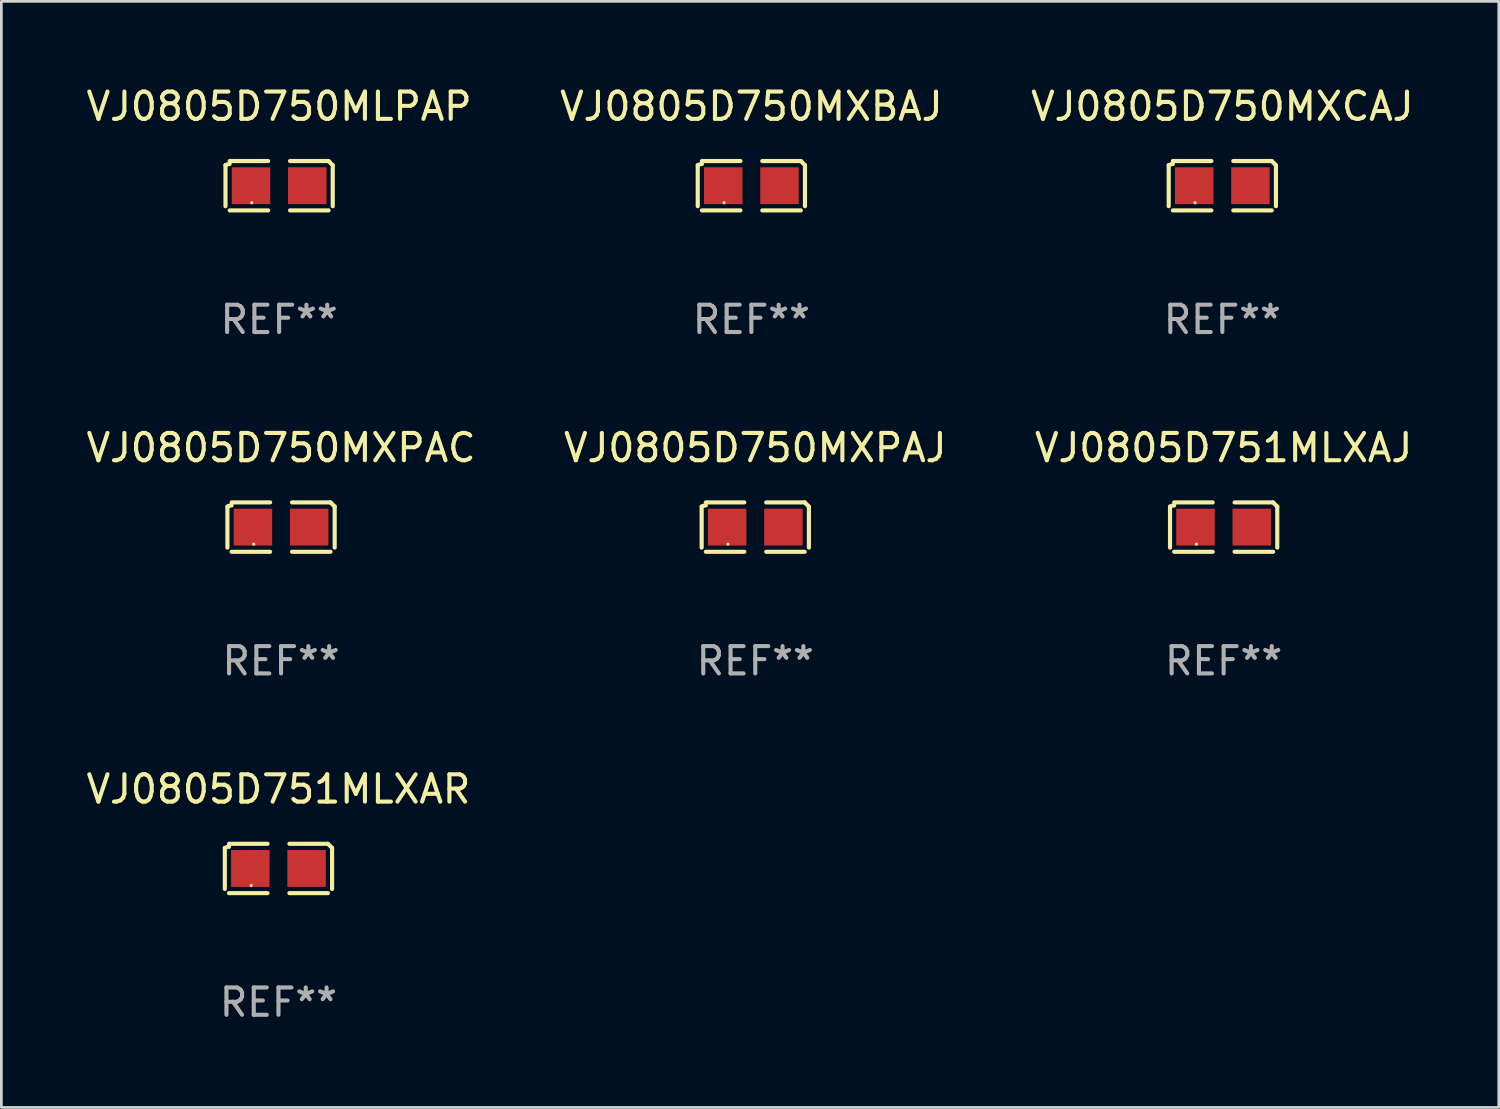
<source format=kicad_pcb>
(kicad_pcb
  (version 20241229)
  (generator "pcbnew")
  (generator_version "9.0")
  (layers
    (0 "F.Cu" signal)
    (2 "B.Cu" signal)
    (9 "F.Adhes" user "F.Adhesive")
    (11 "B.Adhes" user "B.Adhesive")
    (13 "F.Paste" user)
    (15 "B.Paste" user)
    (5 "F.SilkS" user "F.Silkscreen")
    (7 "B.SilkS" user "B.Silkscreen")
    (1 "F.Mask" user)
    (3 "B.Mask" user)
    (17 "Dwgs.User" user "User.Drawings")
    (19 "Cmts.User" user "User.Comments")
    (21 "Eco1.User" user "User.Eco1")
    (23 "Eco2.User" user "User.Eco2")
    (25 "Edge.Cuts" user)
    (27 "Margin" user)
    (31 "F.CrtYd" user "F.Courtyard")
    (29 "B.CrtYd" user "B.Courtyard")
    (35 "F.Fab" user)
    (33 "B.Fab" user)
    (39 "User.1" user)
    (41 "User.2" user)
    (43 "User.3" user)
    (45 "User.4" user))
  (footprint "VJ0805D751MLXAR"
    (layer "F.Cu")
    (at 7.149 28.759)
    (property "Reference" "VJ0805D751MLXAR" (at 0 -2.904 0) (layer "F.SilkS") (effects (font (size 1 1) (thickness 0.15))))
    (attr through_hole)
    (fp_line (start -1.964 0.751) (end -1.964 -0.751) (stroke (width 0.152) (type solid)) (layer "F.SilkS"))
    (fp_line (start -1.811 -0.904) (end -0.401 -0.904) (stroke (width 0.152) (type solid)) (layer "F.SilkS"))
    (fp_line (start -0.401 0.904) (end -1.811 0.904) (stroke (width 0.152) (type solid)) (layer "F.SilkS"))
    (fp_line (start 0.401 0.904) (end 1.811 0.904) (stroke (width 0.152) (type solid)) (layer "F.SilkS"))
    (fp_line (start 1.811 -0.904) (end 0.401 -0.904) (stroke (width 0.152) (type solid)) (layer "F.SilkS"))
    (fp_line (start 1.964 0.751) (end 1.964 -0.751) (stroke (width 0.152) (type solid)) (layer "F.SilkS"))
    (fp_arc (start -1.963602 -0.751207) (mid -1.890354 -0.783131) (end -1.811201 -0.794044) (stroke (width 0.1524) (type solid)) (layer "F.SilkS"))
    (fp_arc (start 1.811202 -0.903607) (mid 1.887413 -0.827418) (end 1.963602 -0.751207) (stroke (width 0.1524) (type solid)) (layer "F.SilkS"))
    (fp_circle (center -1 0.625) (end -0.97 0.625) (stroke (width 0.06) (type solid)) (fill no) (layer "F.SilkS"))
    (fp_text user "REF**" (at 0 4.904 0) (layer "F.Fab") (effects (font (size 1 1) (thickness 0.15))))
    (pad "1" smd rect (at -1.03 0) (size 1.41 1.35) (layers "F.Cu" "F.Mask" "F.Paste"))
    (pad "2" smd rect (at 1.03 0) (size 1.41 1.35) (layers "F.Cu" "F.Mask" "F.Paste")))
  (footprint "VJ0805D751MLXAJ"
    (layer "F.Cu")
    (at 41.768 16.256)
    (property "Reference" "VJ0805D751MLXAJ" (at 0 -2.904 0) (layer "F.SilkS") (effects (font (size 1 1) (thickness 0.15))))
    (attr through_hole)
    (fp_line (start -1.964 0.751) (end -1.964 -0.751) (stroke (width 0.152) (type solid)) (layer "F.SilkS"))
    (fp_line (start -1.811 -0.904) (end -0.401 -0.904) (stroke (width 0.152) (type solid)) (layer "F.SilkS"))
    (fp_line (start -0.401 0.904) (end -1.811 0.904) (stroke (width 0.152) (type solid)) (layer "F.SilkS"))
    (fp_line (start 0.401 0.904) (end 1.811 0.904) (stroke (width 0.152) (type solid)) (layer "F.SilkS"))
    (fp_line (start 1.811 -0.904) (end 0.401 -0.904) (stroke (width 0.152) (type solid)) (layer "F.SilkS"))
    (fp_line (start 1.964 0.751) (end 1.964 -0.751) (stroke (width 0.152) (type solid)) (layer "F.SilkS"))
    (fp_arc (start -1.963602 -0.751207) (mid -1.890354 -0.783131) (end -1.811201 -0.794044) (stroke (width 0.1524) (type solid)) (layer "F.SilkS"))
    (fp_arc (start 1.811202 -0.903607) (mid 1.887413 -0.827418) (end 1.963602 -0.751207) (stroke (width 0.1524) (type solid)) (layer "F.SilkS"))
    (fp_circle (center -1 0.625) (end -0.97 0.625) (stroke (width 0.06) (type solid)) (fill no) (layer "F.SilkS"))
    (fp_text user "REF**" (at 0 4.904 0) (layer "F.Fab") (effects (font (size 1 1) (thickness 0.15))))
    (pad "1" smd rect (at -1.03 0) (size 1.41 1.35) (layers "F.Cu" "F.Mask" "F.Paste"))
    (pad "2" smd rect (at 1.03 0) (size 1.41 1.35) (layers "F.Cu" "F.Mask" "F.Paste")))
  (footprint "VJ0805D750MXPAJ"
    (layer "F.Cu")
    (at 24.613 16.256)
    (property "Reference" "VJ0805D750MXPAJ" (at 0 -2.904 0) (layer "F.SilkS") (effects (font (size 1 1) (thickness 0.15))))
    (attr through_hole)
    (fp_line (start -1.964 0.751) (end -1.964 -0.751) (stroke (width 0.152) (type solid)) (layer "F.SilkS"))
    (fp_line (start -1.811 -0.904) (end -0.401 -0.904) (stroke (width 0.152) (type solid)) (layer "F.SilkS"))
    (fp_line (start -0.401 0.904) (end -1.811 0.904) (stroke (width 0.152) (type solid)) (layer "F.SilkS"))
    (fp_line (start 0.401 0.904) (end 1.811 0.904) (stroke (width 0.152) (type solid)) (layer "F.SilkS"))
    (fp_line (start 1.811 -0.904) (end 0.401 -0.904) (stroke (width 0.152) (type solid)) (layer "F.SilkS"))
    (fp_line (start 1.964 0.751) (end 1.964 -0.751) (stroke (width 0.152) (type solid)) (layer "F.SilkS"))
    (fp_arc (start -1.963602 -0.751207) (mid -1.890354 -0.783131) (end -1.811201 -0.794044) (stroke (width 0.1524) (type solid)) (layer "F.SilkS"))
    (fp_arc (start 1.811202 -0.903607) (mid 1.887413 -0.827418) (end 1.963602 -0.751207) (stroke (width 0.1524) (type solid)) (layer "F.SilkS"))
    (fp_circle (center -1 0.625) (end -0.97 0.625) (stroke (width 0.06) (type solid)) (fill no) (layer "F.SilkS"))
    (fp_text user "REF**" (at 0 4.904 0) (layer "F.Fab") (effects (font (size 1 1) (thickness 0.15))))
    (pad "1" smd rect (at -1.03 0) (size 1.41 1.35) (layers "F.Cu" "F.Mask" "F.Paste"))
    (pad "2" smd rect (at 1.03 0) (size 1.41 1.35) (layers "F.Cu" "F.Mask" "F.Paste")))
  (footprint "VJ0805D750MXBAJ"
    (layer "F.Cu")
    (at 24.47 3.752)
    (property "Reference" "VJ0805D750MXBAJ" (at 0 -2.904 0) (layer "F.SilkS") (effects (font (size 1 1) (thickness 0.15))))
    (attr through_hole)
    (fp_line (start -1.964 0.751) (end -1.964 -0.751) (stroke (width 0.152) (type solid)) (layer "F.SilkS"))
    (fp_line (start -1.811 -0.904) (end -0.401 -0.904) (stroke (width 0.152) (type solid)) (layer "F.SilkS"))
    (fp_line (start -0.401 0.904) (end -1.811 0.904) (stroke (width 0.152) (type solid)) (layer "F.SilkS"))
    (fp_line (start 0.401 0.904) (end 1.811 0.904) (stroke (width 0.152) (type solid)) (layer "F.SilkS"))
    (fp_line (start 1.811 -0.904) (end 0.401 -0.904) (stroke (width 0.152) (type solid)) (layer "F.SilkS"))
    (fp_line (start 1.964 0.751) (end 1.964 -0.751) (stroke (width 0.152) (type solid)) (layer "F.SilkS"))
    (fp_arc (start -1.963602 -0.751207) (mid -1.890354 -0.783131) (end -1.811201 -0.794044) (stroke (width 0.1524) (type solid)) (layer "F.SilkS"))
    (fp_arc (start 1.811202 -0.903607) (mid 1.887413 -0.827418) (end 1.963602 -0.751207) (stroke (width 0.1524) (type solid)) (layer "F.SilkS"))
    (fp_circle (center -1 0.625) (end -0.97 0.625) (stroke (width 0.06) (type solid)) (fill no) (layer "F.SilkS"))
    (fp_text user "REF**" (at 0 4.904 0) (layer "F.Fab") (effects (font (size 1 1) (thickness 0.15))))
    (pad "1" smd rect (at -1.03 0) (size 1.41 1.35) (layers "F.Cu" "F.Mask" "F.Paste"))
    (pad "2" smd rect (at 1.03 0) (size 1.41 1.35) (layers "F.Cu" "F.Mask" "F.Paste")))
  (footprint "VJ0805D750MXCAJ"
    (layer "F.Cu")
    (at 41.72 3.752)
    (property "Reference" "VJ0805D750MXCAJ" (at 0 -2.904 0) (layer "F.SilkS") (effects (font (size 1 1) (thickness 0.15))))
    (attr through_hole)
    (fp_line (start -1.964 0.751) (end -1.964 -0.751) (stroke (width 0.152) (type solid)) (layer "F.SilkS"))
    (fp_line (start -1.811 -0.904) (end -0.401 -0.904) (stroke (width 0.152) (type solid)) (layer "F.SilkS"))
    (fp_line (start -0.401 0.904) (end -1.811 0.904) (stroke (width 0.152) (type solid)) (layer "F.SilkS"))
    (fp_line (start 0.401 0.904) (end 1.811 0.904) (stroke (width 0.152) (type solid)) (layer "F.SilkS"))
    (fp_line (start 1.811 -0.904) (end 0.401 -0.904) (stroke (width 0.152) (type solid)) (layer "F.SilkS"))
    (fp_line (start 1.964 0.751) (end 1.964 -0.751) (stroke (width 0.152) (type solid)) (layer "F.SilkS"))
    (fp_arc (start -1.963602 -0.751207) (mid -1.890354 -0.783131) (end -1.811201 -0.794044) (stroke (width 0.1524) (type solid)) (layer "F.SilkS"))
    (fp_arc (start 1.811202 -0.903607) (mid 1.887413 -0.827418) (end 1.963602 -0.751207) (stroke (width 0.1524) (type solid)) (layer "F.SilkS"))
    (fp_circle (center -1 0.625) (end -0.97 0.625) (stroke (width 0.06) (type solid)) (fill no) (layer "F.SilkS"))
    (fp_text user "REF**" (at 0 4.904 0) (layer "F.Fab") (effects (font (size 1 1) (thickness 0.15))))
    (pad "1" smd rect (at -1.03 0) (size 1.41 1.35) (layers "F.Cu" "F.Mask" "F.Paste"))
    (pad "2" smd rect (at 1.03 0) (size 1.41 1.35) (layers "F.Cu" "F.Mask" "F.Paste")))
  (footprint "VJ0805D750MXPAC"
    (layer "F.Cu")
    (at 7.244 16.256)
    (property "Reference" "VJ0805D750MXPAC" (at 0 -2.904 0) (layer "F.SilkS") (effects (font (size 1 1) (thickness 0.15))))
    (attr through_hole)
    (fp_line (start -1.964 0.751) (end -1.964 -0.751) (stroke (width 0.152) (type solid)) (layer "F.SilkS"))
    (fp_line (start -1.811 -0.904) (end -0.401 -0.904) (stroke (width 0.152) (type solid)) (layer "F.SilkS"))
    (fp_line (start -0.401 0.904) (end -1.811 0.904) (stroke (width 0.152) (type solid)) (layer "F.SilkS"))
    (fp_line (start 0.401 0.904) (end 1.811 0.904) (stroke (width 0.152) (type solid)) (layer "F.SilkS"))
    (fp_line (start 1.811 -0.904) (end 0.401 -0.904) (stroke (width 0.152) (type solid)) (layer "F.SilkS"))
    (fp_line (start 1.964 0.751) (end 1.964 -0.751) (stroke (width 0.152) (type solid)) (layer "F.SilkS"))
    (fp_arc (start -1.963602 -0.751207) (mid -1.890354 -0.783131) (end -1.811201 -0.794044) (stroke (width 0.1524) (type solid)) (layer "F.SilkS"))
    (fp_arc (start 1.811202 -0.903607) (mid 1.887413 -0.827418) (end 1.963602 -0.751207) (stroke (width 0.1524) (type solid)) (layer "F.SilkS"))
    (fp_circle (center -1 0.625) (end -0.97 0.625) (stroke (width 0.06) (type solid)) (fill no) (layer "F.SilkS"))
    (fp_text user "REF**" (at 0 4.904 0) (layer "F.Fab") (effects (font (size 1 1) (thickness 0.15))))
    (pad "1" smd rect (at -1.03 0) (size 1.41 1.35) (layers "F.Cu" "F.Mask" "F.Paste"))
    (pad "2" smd rect (at 1.03 0) (size 1.41 1.35) (layers "F.Cu" "F.Mask" "F.Paste")))
  (footprint "VJ0805D750MLPAP"
    (layer "F.Cu")
    (at 7.173 3.752)
    (property "Reference" "VJ0805D750MLPAP" (at 0 -2.904 0) (layer "F.SilkS") (effects (font (size 1 1) (thickness 0.15))))
    (attr through_hole)
    (fp_line (start -1.964 0.751) (end -1.964 -0.751) (stroke (width 0.152) (type solid)) (layer "F.SilkS"))
    (fp_line (start -1.811 -0.904) (end -0.401 -0.904) (stroke (width 0.152) (type solid)) (layer "F.SilkS"))
    (fp_line (start -0.401 0.904) (end -1.811 0.904) (stroke (width 0.152) (type solid)) (layer "F.SilkS"))
    (fp_line (start 0.401 0.904) (end 1.811 0.904) (stroke (width 0.152) (type solid)) (layer "F.SilkS"))
    (fp_line (start 1.811 -0.904) (end 0.401 -0.904) (stroke (width 0.152) (type solid)) (layer "F.SilkS"))
    (fp_line (start 1.964 0.751) (end 1.964 -0.751) (stroke (width 0.152) (type solid)) (layer "F.SilkS"))
    (fp_arc (start -1.963602 -0.751207) (mid -1.890354 -0.783131) (end -1.811201 -0.794044) (stroke (width 0.1524) (type solid)) (layer "F.SilkS"))
    (fp_arc (start 1.811202 -0.903607) (mid 1.887413 -0.827418) (end 1.963602 -0.751207) (stroke (width 0.1524) (type solid)) (layer "F.SilkS"))
    (fp_circle (center -1 0.625) (end -0.97 0.625) (stroke (width 0.06) (type solid)) (fill no) (layer "F.SilkS"))
    (fp_text user "REF**" (at 0 4.904 0) (layer "F.Fab") (effects (font (size 1 1) (thickness 0.15))))
    (pad "1" smd rect (at -1.03 0) (size 1.41 1.35) (layers "F.Cu" "F.Mask" "F.Paste"))
    (pad "2" smd rect (at 1.03 0) (size 1.41 1.35) (layers "F.Cu" "F.Mask" "F.Paste")))
  (gr_rect
    (start -3 -3)
    (end 51.845 37.511)
    (stroke (width 0.1) (type default))
    (fill no)
    (layer "Edge.Cuts")))
</source>
